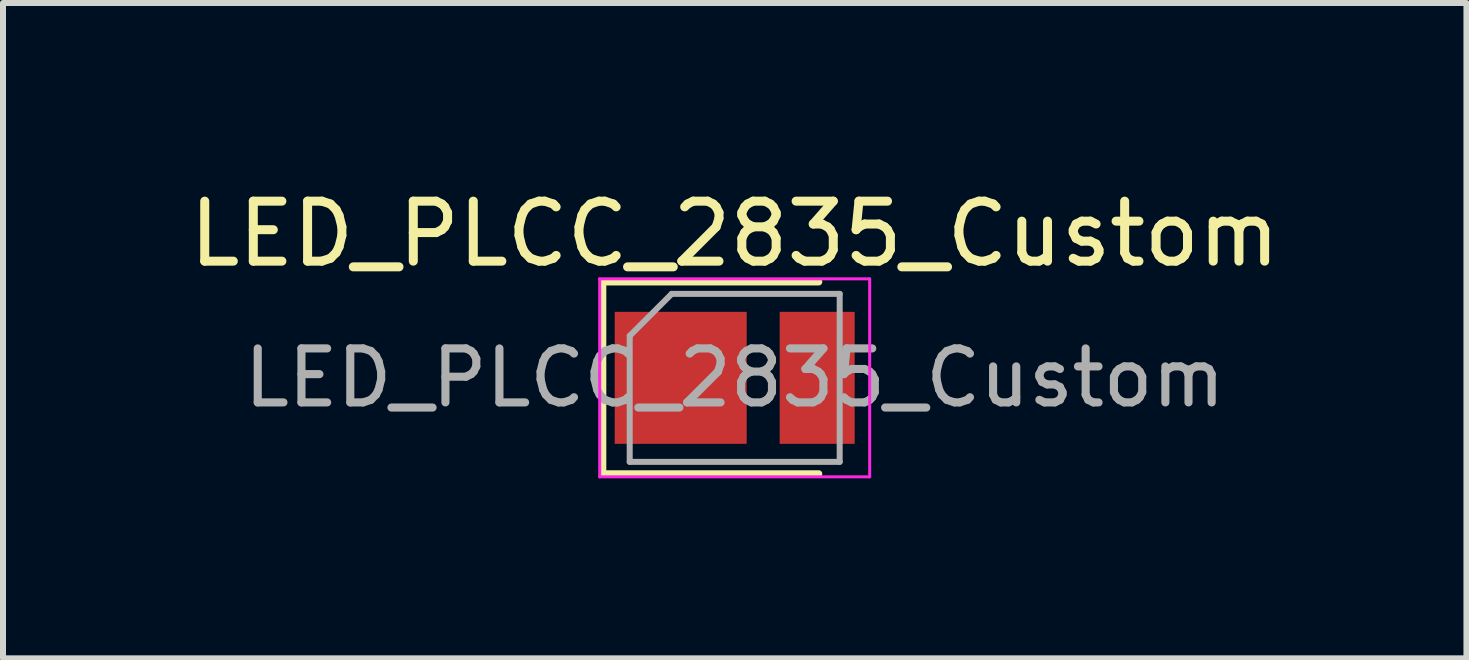
<source format=kicad_pcb>
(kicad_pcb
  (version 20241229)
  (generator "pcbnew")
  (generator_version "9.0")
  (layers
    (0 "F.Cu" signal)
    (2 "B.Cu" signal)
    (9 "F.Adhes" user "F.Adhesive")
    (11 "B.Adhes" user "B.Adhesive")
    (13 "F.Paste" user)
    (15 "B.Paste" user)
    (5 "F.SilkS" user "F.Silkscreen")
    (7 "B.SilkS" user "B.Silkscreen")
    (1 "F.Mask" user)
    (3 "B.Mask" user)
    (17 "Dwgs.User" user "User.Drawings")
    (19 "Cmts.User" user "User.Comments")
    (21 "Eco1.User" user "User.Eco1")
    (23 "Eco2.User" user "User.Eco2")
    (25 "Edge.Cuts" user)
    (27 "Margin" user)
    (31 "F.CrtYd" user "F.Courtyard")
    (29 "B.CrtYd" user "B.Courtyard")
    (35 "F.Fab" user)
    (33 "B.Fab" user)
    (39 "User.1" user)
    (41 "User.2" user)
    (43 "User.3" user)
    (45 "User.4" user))
  (footprint "LED_PLCC_2835_Custom"
    (layer "F.Cu")
    (at 9.196 3.248)
    (property "Reference" "LED_PLCC_2835_Custom" (at 0 -2.4 0) (layer "F.SilkS") (effects (font (size 1 1) (thickness 0.15))))
    (attr smd)
    (fp_line (start -2.2 -1.6) (end -2.2 1.6) (stroke (width 0.12) (type solid)) (layer "F.SilkS"))
    (fp_line (start 1.4 -1.6) (end -2.2 -1.6) (stroke (width 0.12) (type solid)) (layer "F.SilkS"))
    (fp_line (start 1.4 1.6) (end -2.2 1.6) (stroke (width 0.12) (type solid)) (layer "F.SilkS"))
    (fp_line (start -2.25 -1.65) (end 2.25 -1.65) (stroke (width 0.05) (type solid)) (layer "F.CrtYd"))
    (fp_line (start -2.25 1.65) (end -2.25 -1.65) (stroke (width 0.05) (type solid)) (layer "F.CrtYd"))
    (fp_line (start 2.25 -1.65) (end 2.25 1.65) (stroke (width 0.05) (type solid)) (layer "F.CrtYd"))
    (fp_line (start 2.25 1.65) (end -2.25 1.65) (stroke (width 0.05) (type solid)) (layer "F.CrtYd"))
    (fp_line (start -1.75 1.4) (end -1.75 -0.7) (stroke (width 0.1) (type solid)) (layer "F.Fab"))
    (fp_line (start -1.05 -1.4) (end -1.75 -0.7) (stroke (width 0.1) (type solid)) (layer "F.Fab"))
    (fp_line (start -1.05 -1.4) (end 1.75 -1.4) (stroke (width 0.1) (type solid)) (layer "F.Fab"))
    (fp_line (start 1.75 -1.4) (end 1.75 1.4) (stroke (width 0.1) (type solid)) (layer "F.Fab"))
    (fp_line (start 1.75 1.4) (end -1.75 1.4) (stroke (width 0.1) (type solid)) (layer "F.Fab"))
    (fp_text user "${REFERENCE}" (at 0 0 0) (layer "F.Fab") (effects (font (size 0.9 0.9) (thickness 0.135))))
    (pad "1" smd rect (at -0.9 0) (size 2.2 2.2) (layers "F.Cu" "F.Mask" "F.Paste"))
    (pad "2" smd rect (at 1.375 0) (size 1.25 2.2) (layers "F.Cu" "F.Mask" "F.Paste")))
  (gr_rect
    (start -3 -3)
    (end 21.393 7.923)
    (stroke (width 0.1) (type default))
    (fill no)
    (layer "Edge.Cuts")))
</source>
